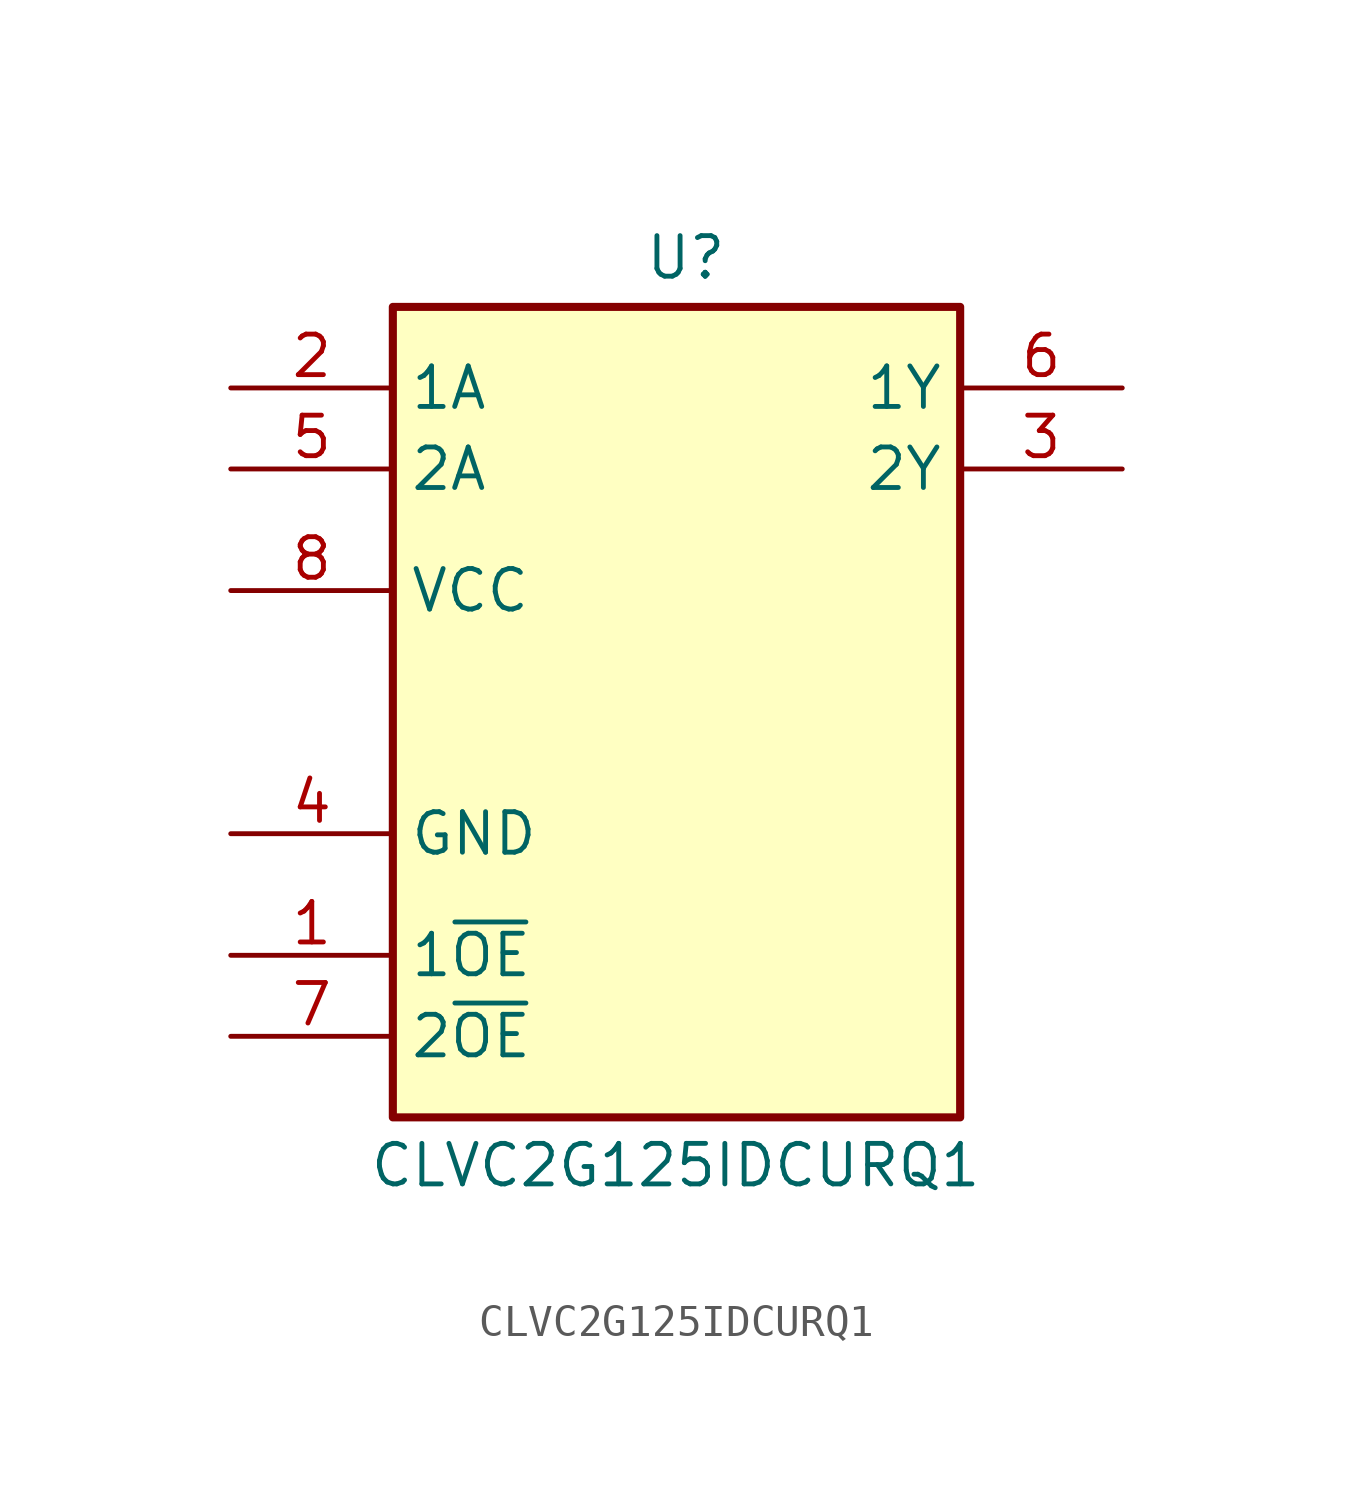
<source format=kicad_sym>
(kicad_symbol_lib
  (version 20231120)
  (generator "kicad_symbol_editor")
  (generator_version "8.0")
  (symbol "CLVC2G125IDCURQ1"
    (property "Reference" "U"
      (at 12.954 18.796 0)
      (effects (font (size 1.27 1.27)) (justify left top)))
    (property "Value" "CLVC2G125IDCURQ1"
      (at 4.318 -9.652 0)
      (effects (font (size 1.27 1.27)) (justify left top)))
    (symbol "CLVC2G125IDCURQ1_1_1"
      (rectangle (start 5.08 16.51) (end 22.86 -8.89) (stroke (width 0.254) (type default)) (fill (type background)))
      (pin passive line (at 0 -3.81 0) (length 5.08) (name "1~{OE}" (effects (font (size 1.27 1.27)))) (number "1" (effects (font (size 1.27 1.27)))))
      (pin passive line (at 0 13.97 0) (length 5.08) (name "1A" (effects (font (size 1.27 1.27)))) (number "2" (effects (font (size 1.27 1.27)))))
      (pin passive line (at 27.94 11.43 180) (length 5.08) (name "2Y" (effects (font (size 1.27 1.27)))) (number "3" (effects (font (size 1.27 1.27)))))
      (pin passive line (at 0 0 0) (length 5.08) (name "GND" (effects (font (size 1.27 1.27)))) (number "4" (effects (font (size 1.27 1.27)))))
      (pin passive line (at 0 11.43 0) (length 5.08) (name "2A" (effects (font (size 1.27 1.27)))) (number "5" (effects (font (size 1.27 1.27)))))
      (pin passive line (at 27.94 13.97 180) (length 5.08) (name "1Y" (effects (font (size 1.27 1.27)))) (number "6" (effects (font (size 1.27 1.27)))))
      (pin passive line (at 0 -6.35 0) (length 5.08) (name "2~{OE}" (effects (font (size 1.27 1.27)))) (number "7" (effects (font (size 1.27 1.27)))))
      (pin passive line (at 0 7.62 0) (length 5.08) (name "VCC" (effects (font (size 1.27 1.27)))) (number "8" (effects (font (size 1.27 1.27))))))))
</source>
